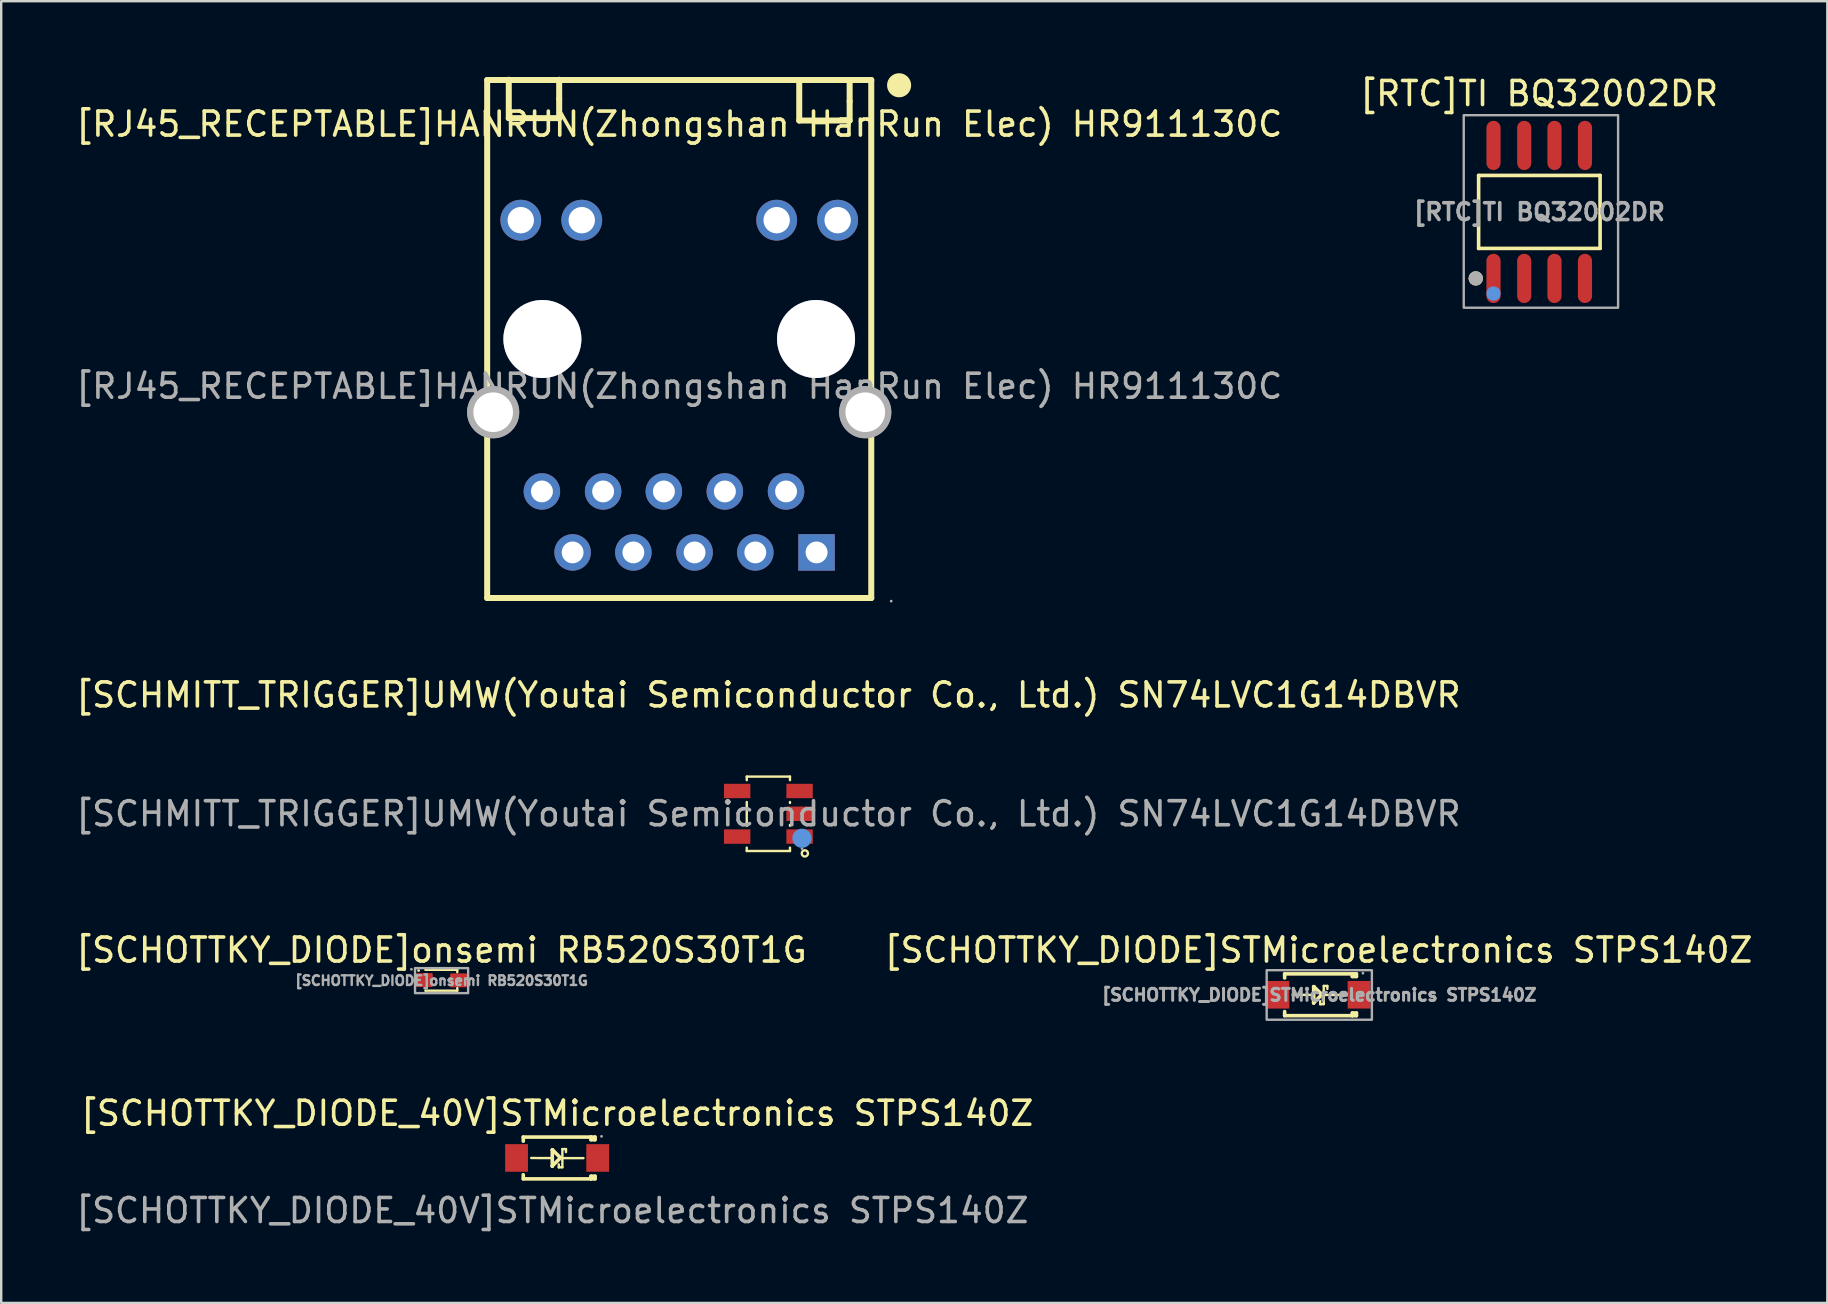
<source format=kicad_pcb>
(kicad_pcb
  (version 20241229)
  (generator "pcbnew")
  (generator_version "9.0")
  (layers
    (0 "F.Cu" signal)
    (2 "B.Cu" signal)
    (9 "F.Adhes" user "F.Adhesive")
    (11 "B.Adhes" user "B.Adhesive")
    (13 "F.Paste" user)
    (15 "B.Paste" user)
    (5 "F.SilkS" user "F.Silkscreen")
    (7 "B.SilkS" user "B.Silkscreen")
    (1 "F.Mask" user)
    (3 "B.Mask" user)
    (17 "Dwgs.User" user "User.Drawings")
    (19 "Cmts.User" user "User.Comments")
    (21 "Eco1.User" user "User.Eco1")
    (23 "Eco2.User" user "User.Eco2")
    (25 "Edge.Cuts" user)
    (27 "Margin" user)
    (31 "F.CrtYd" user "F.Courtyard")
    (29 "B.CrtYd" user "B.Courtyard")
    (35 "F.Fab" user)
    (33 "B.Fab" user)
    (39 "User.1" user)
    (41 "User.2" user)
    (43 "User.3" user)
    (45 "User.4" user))
  (footprint "[RTC]TI BQ32002DR"
    (layer "F.Cu")
    (at 61.075 5.778)
    (property "Reference" "[RTC]TI BQ32002DR" (at -0.01 -4.93 0) (layer "F.SilkS") (effects (font (size 1 1) (thickness 0.15))))
    (attr smd)
    (fp_line (start -2.53 -1.52) (end 2.53 -1.52) (stroke (width 0.15) (type solid)) (layer "F.SilkS"))
    (fp_line (start -2.53 1.52) (end -2.53 -1.52) (stroke (width 0.15) (type solid)) (layer "F.SilkS"))
    (fp_line (start 2.53 -1.52) (end 2.53 1.52) (stroke (width 0.15) (type solid)) (layer "F.SilkS"))
    (fp_line (start 2.53 1.52) (end -2.53 1.52) (stroke (width 0.15) (type solid)) (layer "F.SilkS"))
    (fp_circle (center -2.65 2.77) (end -2.5 2.77) (stroke (width 0.3) (type solid)) (fill no) (layer "F.SilkS"))
    (fp_circle (center -1.91 3.4) (end -1.76 3.4) (stroke (width 0.3) (type solid)) (fill no) (layer "Cmts.User"))
    (fp_rect (start -3.15 -4.03) (end 3.28 3.99) (stroke (width 0.1) (type solid)) (fill no) (layer "F.Fab"))
    (fp_circle (center -2.65 2.77) (end -2.5 2.77) (stroke (width 0.3) (type solid)) (fill no) (layer "F.Fab"))
    (fp_text user "${REFERENCE}" (at 0 0 0) (layer "F.Fab") (effects (font (size 0.7 0.7) (thickness 0.15))))
    (pad "1" smd oval (at -1.91 2.77) (size 0.59 2.05) (layers "F.Cu" "F.Mask" "F.Paste"))
    (pad "2" smd oval (at -0.63 2.77) (size 0.59 2.05) (layers "F.Cu" "F.Mask" "F.Paste"))
    (pad "3" smd oval (at 0.63 2.77) (size 0.59 2.05) (layers "F.Cu" "F.Mask" "F.Paste"))
    (pad "4" smd oval (at 1.9 2.77) (size 0.59 2.05) (layers "F.Cu" "F.Mask" "F.Paste"))
    (pad "5" smd oval (at 1.9 -2.77) (size 0.59 2.05) (layers "F.Cu" "F.Mask" "F.Paste"))
    (pad "6" smd oval (at 0.63 -2.77) (size 0.59 2.05) (layers "F.Cu" "F.Mask" "F.Paste"))
    (pad "7" smd oval (at -0.63 -2.77) (size 0.59 2.05) (layers "F.Cu" "F.Mask" "F.Paste"))
    (pad "8" smd oval (at -1.91 -2.77) (size 0.59 2.05) (layers "F.Cu" "F.Mask" "F.Paste")))
  (footprint "[SCHMITT_TRIGGER]UMW(Youtai Semiconductor Co., Ltd.) SN74LVC1G14DBVR"
    (layer "F.Cu")
    (at 28.958 30.85)
    (property "Reference" "[SCHMITT_TRIGGER]UMW(Youtai Semiconductor Co., Ltd.) SN74LVC1G14DBVR" (at 0 -4.95 0) (layer "F.SilkS") (effects (font (size 1 1) (thickness 0.15))))
    (attr smd)
    (fp_line (start -0.9 -1.55) (end -0.9 -1.4) (stroke (width 0.1) (type solid)) (layer "F.SilkS"))
    (fp_line (start -0.9 -1.55) (end 0.9 -1.55) (stroke (width 0.1) (type solid)) (layer "F.SilkS"))
    (fp_line (start -0.9 -0.49) (end -0.9 0.5) (stroke (width 0.1) (type solid)) (layer "F.SilkS"))
    (fp_line (start -0.9 1.41) (end -0.9 1.55) (stroke (width 0.1) (type solid)) (layer "F.SilkS"))
    (fp_line (start -0.9 1.55) (end 0.9 1.55) (stroke (width 0.1) (type solid)) (layer "F.SilkS"))
    (fp_line (start 0.9 -1.55) (end 0.9 -1.4) (stroke (width 0.1) (type solid)) (layer "F.SilkS"))
    (fp_line (start 0.9 -0.49) (end 0.9 -0.45) (stroke (width 0.1) (type solid)) (layer "F.SilkS"))
    (fp_line (start 0.9 0.46) (end 0.9 0.5) (stroke (width 0.1) (type solid)) (layer "F.SilkS"))
    (fp_line (start 0.9 1.41) (end 0.9 1.55) (stroke (width 0.1) (type solid)) (layer "F.SilkS"))
    (fp_circle (center 1.52 1.65) (end 1.65 1.65) (stroke (width 0.1) (type solid)) (fill no) (layer "F.SilkS"))
    (fp_circle (center 1.4 1.02) (end 1.6 1.02) (stroke (width 0.4) (type solid)) (fill no) (layer "Cmts.User"))
    (fp_circle (center 1.4 1.45) (end 1.43 1.45) (stroke (width 0.06) (type solid)) (fill no) (layer "F.Fab"))
    (fp_text user "${REFERENCE}" (at 0 0 0) (layer "F.Fab") (effects (font (size 1 1) (thickness 0.15))))
    (pad "1" smd rect (at 1.3 0.95) (size 1.1 0.6) (layers "F.Cu" "F.Mask" "F.Paste"))
    (pad "2" smd rect (at 1.3 0) (size 1.1 0.6) (layers "F.Cu" "F.Mask" "F.Paste"))
    (pad "3" smd rect (at 1.3 -0.95) (size 1.1 0.6) (layers "F.Cu" "F.Mask" "F.Paste"))
    (pad "4" smd rect (at -1.3 -0.95) (size 1.1 0.6) (layers "F.Cu" "F.Mask" "F.Paste"))
    (pad "5" smd rect (at -1.3 0.95) (size 1.1 0.6) (layers "F.Cu" "F.Mask" "F.Paste")))
  (footprint "[SCHOTTKY_DIODE]STMicroelectronics STPS140Z"
    (layer "F.Cu")
    (at 51.875 38.381)
    (property "Reference" "[SCHOTTKY_DIODE]STMicroelectronics STPS140Z" (at 0 -1.852 180) (layer "F.SilkS") (effects (font (size 1 1) (thickness 0.15))))
    (attr smd)
    (fp_line (start -1.41 -0.862) (end -1.41 -0.692) (stroke (width 0.15) (type solid)) (layer "F.SilkS"))
    (fp_line (start -1.41 0.878) (end -1.41 0.708) (stroke (width 0.15) (type solid)) (layer "F.SilkS"))
    (fp_line (start -0.201 -0.328) (end -0.191 -0.328) (stroke (width 0.15) (type solid)) (layer "F.SilkS"))
    (fp_line (start -0.201 0.012) (end -1.079 0.011) (stroke (width 0.1) (type default)) (layer "F.SilkS"))
    (fp_line (start -0.201 0.342) (end 0.139 0.002) (stroke (width 0.15) (type solid)) (layer "F.SilkS"))
    (fp_line (start -0.201 0.352) (end -0.201 -0.328) (stroke (width 0.15) (type solid)) (layer "F.SilkS"))
    (fp_line (start -0.201 0.352) (end -0.201 0.342) (stroke (width 0.15) (type solid)) (layer "F.SilkS"))
    (fp_line (start -0.191 -0.328) (end 0.139 0.002) (stroke (width 0.15) (type solid)) (layer "F.SilkS"))
    (fp_line (start 0.069 0.4) (end 0.069 0.276) (stroke (width 0.1) (type default)) (layer "F.SilkS"))
    (fp_line (start 0.219 -0.361) (end 0.369 -0.361) (stroke (width 0.1) (type default)) (layer "F.SilkS"))
    (fp_line (start 0.219 0.015) (end 1.097 0.016) (stroke (width 0.1) (type default)) (layer "F.SilkS"))
    (fp_line (start 0.219 0.392) (end 0.219 -0.361) (stroke (width 0.1) (type default)) (layer "F.SilkS"))
    (fp_line (start 0.219 0.4) (end 0.069 0.4) (stroke (width 0.1) (type default)) (layer "F.SilkS"))
    (fp_line (start 0.369 -0.361) (end 0.369 -0.237) (stroke (width 0.1) (type default)) (layer "F.SilkS"))
    (fp_line (start 1.41 -0.862) (end -1.41 -0.862) (stroke (width 0.15) (type solid)) (layer "F.SilkS"))
    (fp_line (start 1.41 -0.862) (end 1.58 -0.862) (stroke (width 0.15) (type solid)) (layer "F.SilkS"))
    (fp_line (start 1.41 -0.752) (end 1.41 -0.862) (stroke (width 0.15) (type solid)) (layer "F.SilkS"))
    (fp_line (start 1.41 0.878) (end -1.41 0.878) (stroke (width 0.15) (type solid)) (layer "F.SilkS"))
    (fp_line (start 1.41 0.878) (end 1.41 0.768) (stroke (width 0.15) (type solid)) (layer "F.SilkS"))
    (fp_line (start 1.58 -0.862) (end 1.58 -0.752) (stroke (width 0.15) (type solid)) (layer "F.SilkS"))
    (fp_line (start 1.58 -0.752) (end 1.41 -0.752) (stroke (width 0.15) (type solid)) (layer "F.SilkS"))
    (fp_line (start 1.58 0.768) (end 1.41 0.768) (stroke (width 0.15) (type solid)) (layer "F.SilkS"))
    (fp_line (start 1.58 0.768) (end 1.58 0.878) (stroke (width 0.15) (type solid)) (layer "F.SilkS"))
    (fp_line (start 1.58 0.878) (end 1.41 0.878) (stroke (width 0.15) (type solid)) (layer "F.SilkS"))
    (fp_rect (start -2.159 -1.016) (end 2.223 1.048) (stroke (width 0.1) (type default)) (fill no) (layer "F.Fab"))
    (fp_circle (center 1.85 -0.892) (end 1.82 -0.892) (stroke (width 0.06) (type solid)) (fill no) (layer "F.Fab"))
    (fp_text user "${REFERENCE}" (at 0.032 0.016 0) (layer "F.Fab") (effects (font (size 0.5 0.5) (thickness 0.125))))
    (pad "1" smd rect (at 1.69 0.008 180) (size 0.95 1.15) (layers "F.Cu" "F.Mask" "F.Paste"))
    (pad "2" smd rect (at -1.69 0.008 180) (size 0.95 1.15) (layers "F.Cu" "F.Mask" "F.Paste")))
  (footprint "[RJ45_RECEPTABLE]HANRUN(Zhongshan HanRun Elec) HR911130C"
    (layer "F.Cu")
    (at 25.244 13.042)
    (property "Reference" "[RJ45_RECEPTABLE]HANRUN(Zhongshan HanRun Elec) HR911130C" (at 0 -10.92 0) (layer "F.SilkS") (effects (font (size 1 1) (thickness 0.15))))
    (attr through_hole)
    (fp_line (start -8 -12.76) (end 8 -12.76) (stroke (width 0.25) (type solid)) (layer "F.SilkS"))
    (fp_line (start -8 8.82) (end -8 -12.76) (stroke (width 0.25) (type solid)) (layer "F.SilkS"))
    (fp_line (start -7.1 -12.77) (end -7.1 -11.17) (stroke (width 0.25) (type solid)) (layer "F.SilkS"))
    (fp_line (start -7.1 -11.17) (end -5 -11.17) (stroke (width 0.25) (type solid)) (layer "F.SilkS"))
    (fp_line (start -5 -11.97) (end -5 -12.77) (stroke (width 0.25) (type solid)) (layer "F.SilkS"))
    (fp_line (start -5 -11.17) (end -5 -11.97) (stroke (width 0.25) (type solid)) (layer "F.SilkS"))
    (fp_line (start 5 -12.67) (end 5 -11.07) (stroke (width 0.25) (type solid)) (layer "F.SilkS"))
    (fp_line (start 5 -11.07) (end 7.1 -11.07) (stroke (width 0.25) (type solid)) (layer "F.SilkS"))
    (fp_line (start 7.1 -11.87) (end 7.1 -12.67) (stroke (width 0.25) (type solid)) (layer "F.SilkS"))
    (fp_line (start 7.1 -11.07) (end 7.1 -11.87) (stroke (width 0.25) (type solid)) (layer "F.SilkS"))
    (fp_line (start 8 -12.76) (end 8 8.82) (stroke (width 0.25) (type solid)) (layer "F.SilkS"))
    (fp_line (start 8 8.82) (end -8 8.82) (stroke (width 0.25) (type solid)) (layer "F.SilkS"))
    (fp_circle (center 9.16 -12.54) (end 9.53 -12.28) (stroke (width 0.1) (type solid)) (fill yes) (layer "F.SilkS"))
    (fp_circle (center -7.75 1.08) (end -7.39 1.08) (stroke (width 0.73) (type solid)) (fill no) (layer "F.Fab"))
    (fp_circle (center -6.6 -6.92) (end -6.37 -6.92) (stroke (width 0.45) (type solid)) (fill no) (layer "F.Fab"))
    (fp_circle (center -5.7 -1.97) (end -4.94 -1.97) (stroke (width 1.52) (type solid)) (fill no) (layer "F.Fab"))
    (fp_circle (center -5.61 4.38) (end -5.43 4.38) (stroke (width 0.35) (type solid)) (fill no) (layer "F.Fab"))
    (fp_circle (center -4.44 6.92) (end -4.26 6.92) (stroke (width 0.35) (type solid)) (fill no) (layer "F.Fab"))
    (fp_circle (center -4.06 -6.92) (end -3.83 -6.92) (stroke (width 0.45) (type solid)) (fill no) (layer "F.Fab"))
    (fp_circle (center -3.07 4.38) (end -2.89 4.38) (stroke (width 0.35) (type solid)) (fill no) (layer "F.Fab"))
    (fp_circle (center -1.9 6.92) (end -1.72 6.92) (stroke (width 0.35) (type solid)) (fill no) (layer "F.Fab"))
    (fp_circle (center -0.53 4.38) (end -0.35 4.38) (stroke (width 0.35) (type solid)) (fill no) (layer "F.Fab"))
    (fp_circle (center 0.64 6.92) (end 0.82 6.92) (stroke (width 0.35) (type solid)) (fill no) (layer "F.Fab"))
    (fp_circle (center 2.01 4.38) (end 2.19 4.38) (stroke (width 0.35) (type solid)) (fill no) (layer "F.Fab"))
    (fp_circle (center 3.18 6.92) (end 3.36 6.92) (stroke (width 0.35) (type solid)) (fill no) (layer "F.Fab"))
    (fp_circle (center 4.06 -6.92) (end 4.29 -6.92) (stroke (width 0.45) (type solid)) (fill no) (layer "F.Fab"))
    (fp_circle (center 4.55 4.38) (end 4.73 4.38) (stroke (width 0.35) (type solid)) (fill no) (layer "F.Fab"))
    (fp_circle (center 5.7 -1.97) (end 6.46 -1.97) (stroke (width 1.52) (type solid)) (fill no) (layer "F.Fab"))
    (fp_circle (center 5.83 6.92) (end 6.01 6.92) (stroke (width 0.35) (type solid)) (fill no) (layer "F.Fab"))
    (fp_circle (center 6.6 -6.92) (end 6.83 -6.92) (stroke (width 0.45) (type solid)) (fill no) (layer "F.Fab"))
    (fp_circle (center 7.75 1.08) (end 8.11 1.08) (stroke (width 0.73) (type solid)) (fill no) (layer "F.Fab"))
    (fp_circle (center 8.83 8.95) (end 8.86 8.95) (stroke (width 0.06) (type solid)) (fill no) (layer "F.Fab"))
    (fp_text user "${REFERENCE}" (at 0 0 0) (layer "F.Fab") (effects (font (size 1 1) (thickness 0.15))))
    (pad "" thru_hole circle (at -5.7 -1.97) (size 3.25 3.25) (drill 3.25) (layers "*.Cu" "*.Mask"))
    (pad "" thru_hole circle (at 5.7 -1.97) (size 3.25 3.25) (drill 3.25) (layers "*.Cu" "*.Mask"))
    (pad "11" thru_hole circle (at 6.6 -6.92 180) (size 1.7 1.7) (drill 1.1) (layers "*.Cu" "*.Mask"))
    (pad "12" thru_hole circle (at 4.06 -6.92 180) (size 1.7 1.7) (drill 1.1) (layers "*.Cu" "*.Mask"))
    (pad "13" thru_hole circle (at -4.06 -6.92 180) (size 1.7 1.7) (drill 1.1) (layers "*.Cu" "*.Mask"))
    (pad "14" thru_hole circle (at -6.6 -6.92 180) (size 1.7 1.7) (drill 1.1) (layers "*.Cu" "*.Mask"))
    (pad "P1" thru_hole rect (at 5.72 6.92 180) (size 1.52 1.52) (drill 0.91) (layers "*.Cu" "*.Mask"))
    (pad "P2" thru_hole circle (at 4.45 4.38 180) (size 1.52 1.52) (drill 0.91) (layers "*.Cu" "*.Mask"))
    (pad "P3" thru_hole circle (at 3.17 6.92 180) (size 1.52 1.52) (drill 0.91) (layers "*.Cu" "*.Mask"))
    (pad "P4" thru_hole circle (at 1.9 4.38 180) (size 1.52 1.52) (drill 0.91) (layers "*.Cu" "*.Mask"))
    (pad "P5" thru_hole circle (at 0.64 6.92 180) (size 1.52 1.52) (drill 0.91) (layers "*.Cu" "*.Mask"))
    (pad "P6" thru_hole circle (at -0.64 4.38 180) (size 1.52 1.52) (drill 0.91) (layers "*.Cu" "*.Mask"))
    (pad "P7" thru_hole circle (at -1.91 6.92 180) (size 1.52 1.52) (drill 0.91) (layers "*.Cu" "*.Mask"))
    (pad "P8" thru_hole circle (at -3.17 4.38 180) (size 1.52 1.52) (drill 0.91) (layers "*.Cu" "*.Mask"))
    (pad "P9" thru_hole circle (at -4.44 6.92 180) (size 1.52 1.52) (drill 0.91) (layers "*.Cu" "*.Mask"))
    (pad "P10" thru_hole circle (at -5.72 4.38 180) (size 1.52 1.52) (drill 0.91) (layers "*.Cu" "*.Mask"))
    (pad "SHIELD0" thru_hole circle (at -7.75 1.08 180) (size 2.16 2.16) (drill 1.651) (layers "*.Cu" "*.Mask"))
    (pad "SHIELD1" thru_hole circle (at 7.75 1.08 180) (size 2.16 2.16) (drill 1.651) (layers "*.Cu" "*.Mask")))
  (footprint "[SCHOTTKY_DIODE_40V]STMicroelectronics STPS140Z"
    (layer "F.Cu")
    (at 20.158 45.179)
    (property "Reference" "[SCHOTTKY_DIODE_40V]STMicroelectronics STPS140Z" (at 0 -1.852 180) (layer "F.SilkS") (effects (font (size 1 1) (thickness 0.15))))
    (attr smd)
    (fp_line (start -1.41 -0.862) (end -1.41 -0.692) (stroke (width 0.15) (type solid)) (layer "F.SilkS"))
    (fp_line (start -1.41 0.878) (end -1.41 0.708) (stroke (width 0.15) (type solid)) (layer "F.SilkS"))
    (fp_line (start -0.201 -0.328) (end -0.191 -0.328) (stroke (width 0.15) (type solid)) (layer "F.SilkS"))
    (fp_line (start -0.201 0.012) (end -1.079 0.011) (stroke (width 0.1) (type default)) (layer "F.SilkS"))
    (fp_line (start -0.201 0.342) (end 0.139 0.002) (stroke (width 0.15) (type solid)) (layer "F.SilkS"))
    (fp_line (start -0.201 0.352) (end -0.201 -0.328) (stroke (width 0.15) (type solid)) (layer "F.SilkS"))
    (fp_line (start -0.201 0.352) (end -0.201 0.342) (stroke (width 0.15) (type solid)) (layer "F.SilkS"))
    (fp_line (start -0.191 -0.328) (end 0.139 0.002) (stroke (width 0.15) (type solid)) (layer "F.SilkS"))
    (fp_line (start 0.069 0.4) (end 0.069 0.276) (stroke (width 0.1) (type default)) (layer "F.SilkS"))
    (fp_line (start 0.219 -0.361) (end 0.369 -0.361) (stroke (width 0.1) (type default)) (layer "F.SilkS"))
    (fp_line (start 0.219 0.015) (end 1.097 0.016) (stroke (width 0.1) (type default)) (layer "F.SilkS"))
    (fp_line (start 0.219 0.392) (end 0.219 -0.361) (stroke (width 0.1) (type default)) (layer "F.SilkS"))
    (fp_line (start 0.219 0.4) (end 0.069 0.4) (stroke (width 0.1) (type default)) (layer "F.SilkS"))
    (fp_line (start 0.369 -0.361) (end 0.369 -0.237) (stroke (width 0.1) (type default)) (layer "F.SilkS"))
    (fp_line (start 1.41 -0.862) (end -1.41 -0.862) (stroke (width 0.15) (type solid)) (layer "F.SilkS"))
    (fp_line (start 1.41 -0.862) (end 1.58 -0.862) (stroke (width 0.15) (type solid)) (layer "F.SilkS"))
    (fp_line (start 1.41 -0.752) (end 1.41 -0.862) (stroke (width 0.15) (type solid)) (layer "F.SilkS"))
    (fp_line (start 1.41 0.878) (end -1.41 0.878) (stroke (width 0.15) (type solid)) (layer "F.SilkS"))
    (fp_line (start 1.41 0.878) (end 1.41 0.768) (stroke (width 0.15) (type solid)) (layer "F.SilkS"))
    (fp_line (start 1.58 -0.862) (end 1.58 -0.752) (stroke (width 0.15) (type solid)) (layer "F.SilkS"))
    (fp_line (start 1.58 -0.752) (end 1.41 -0.752) (stroke (width 0.15) (type solid)) (layer "F.SilkS"))
    (fp_line (start 1.58 0.768) (end 1.41 0.768) (stroke (width 0.15) (type solid)) (layer "F.SilkS"))
    (fp_line (start 1.58 0.768) (end 1.58 0.878) (stroke (width 0.15) (type solid)) (layer "F.SilkS"))
    (fp_line (start 1.58 0.878) (end 1.41 0.878) (stroke (width 0.15) (type solid)) (layer "F.SilkS"))
    (fp_circle (center 1.85 -0.892) (end 1.82 -0.892) (stroke (width 0.06) (type solid)) (fill no) (layer "F.Fab"))
    (fp_text user "${REFERENCE}" (at -0.2 2.2 0) (layer "F.Fab") (effects (font (size 1 1) (thickness 0.15))))
    (pad "1" smd rect (at 1.69 0.008 180) (size 0.95 1.15) (layers "F.Cu" "F.Mask" "F.Paste"))
    (pad "2" smd rect (at -1.69 0.008 180) (size 0.95 1.15) (layers "F.Cu" "F.Mask" "F.Paste")))
  (footprint "[SCHOTTKY_DIODE]onsemi RB520S30T1G"
    (layer "F.Cu")
    (at 15.339 37.779)
    (property "Reference" "[SCHOTTKY_DIODE]onsemi RB520S30T1G" (at 0 -1.25 0) (layer "F.SilkS") (effects (font (size 1 1) (thickness 0.15))))
    (attr smd)
    (fp_line (start -0.66 -0.43) (end -0.66 -0.43) (stroke (width 0.1) (type solid)) (layer "F.SilkS"))
    (fp_line (start -0.66 -0.43) (end 0.66 -0.43) (stroke (width 0.1) (type solid)) (layer "F.SilkS"))
    (fp_line (start -0.66 0.44) (end -0.66 0.44) (stroke (width 0.1) (type solid)) (layer "F.SilkS"))
    (fp_line (start 0.66 -0.43) (end 0.66 -0.33) (stroke (width 0.1) (type solid)) (layer "F.SilkS"))
    (fp_line (start 0.66 0.33) (end 0.66 0.44) (stroke (width 0.1) (type solid)) (layer "F.SilkS"))
    (fp_line (start 0.66 0.44) (end -0.66 0.44) (stroke (width 0.1) (type solid)) (layer "F.SilkS"))
    (fp_circle (center -0.95 -0.4) (end -0.92 -0.4) (stroke (width 0.06) (type solid)) (fill no) (layer "F.SilkS"))
    (fp_rect (start -1.1 -0.5) (end 1.112 0.543) (stroke (width 0.1) (type default)) (fill no) (layer "F.Fab"))
    (fp_circle (center -1.25 -0.45) (end -1.22 -0.45) (stroke (width 0.06) (type solid)) (fill no) (layer "F.Fab"))
    (fp_text user "${REFERENCE}" (at 0.006 0.022 0) (layer "F.Fab") (effects (font (size 0.4 0.4) (thickness 0.1))))
    (pad "1" smd custom (at -0.71 -0.01) (size 0.01 0.01) (layers "F.Cu" "F.Mask" "F.Paste") (options (anchor circle)) (primitives (gr_poly (pts (xy -0.31 -0.23) (xy 0.3 -0.23) (xy 0.3 0.25) (xy -0.31 0.25)) (width 0.1) (fill yes))))
    (pad "2" smd custom (at 0.71 0.01) (size 0.01 0.01) (layers "F.Cu" "F.Mask" "F.Paste") (options (anchor circle)) (primitives (gr_poly (pts (xy -0.3 -0.24) (xy 0.31 -0.24) (xy 0.31 0.24) (xy -0.3 0.24)) (width 0.1) (fill yes)))))
  (gr_rect
    (start -3 -3)
    (end 73.071 51.227)
    (stroke (width 0.1) (type default))
    (fill no)
    (layer "Edge.Cuts")))
</source>
